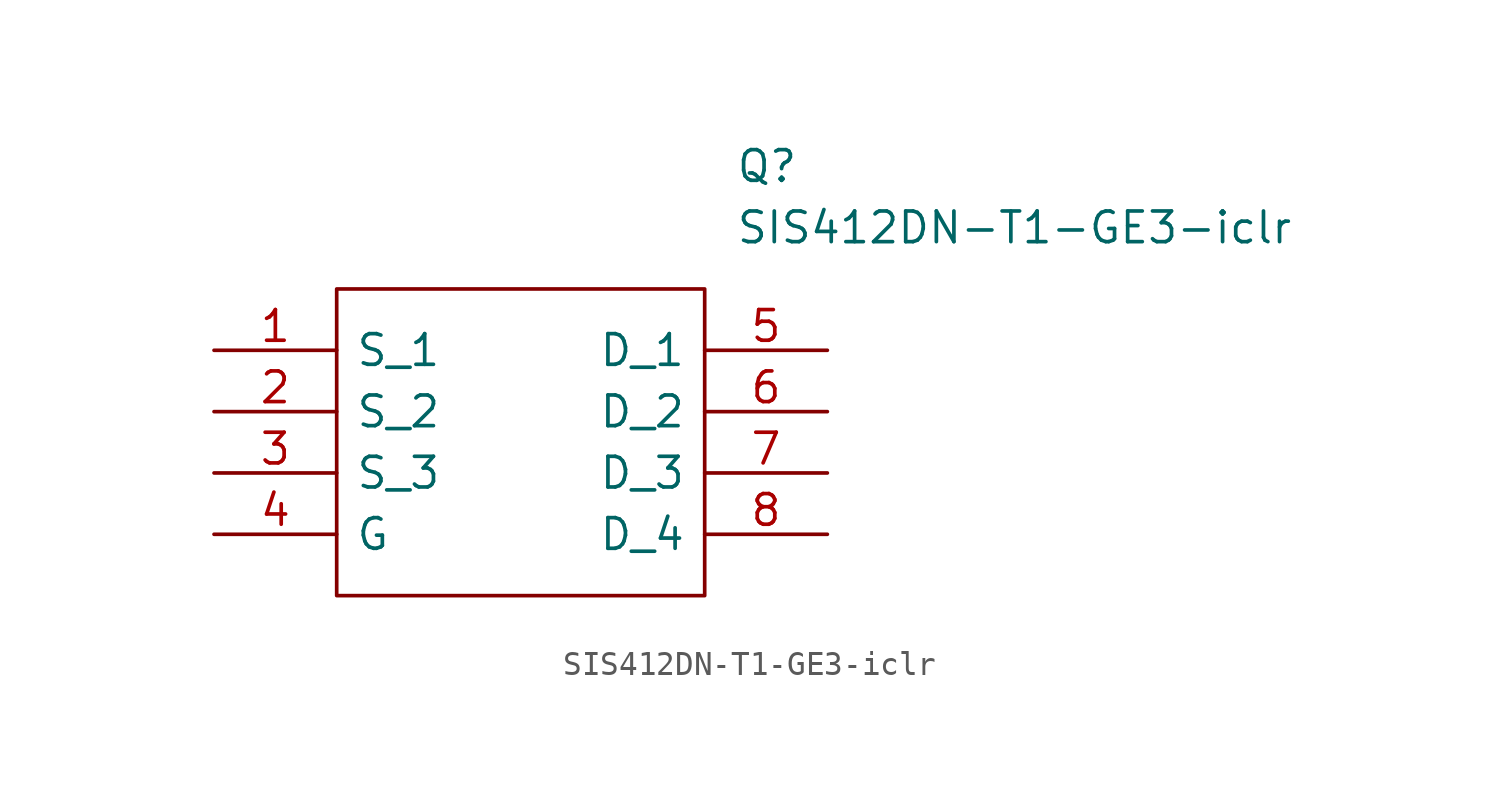
<source format=kicad_sym>
(kicad_symbol_lib
  (version 20211014)
  (generator kicad_symbol_editor)
  (symbol "SIS412DN-T1-GE3-iclr"
    (pin_names
      (offset 0.762))
    (property "Reference" "Q"
      (at 21.59 7.62 0)
      (effects (font (size 1.27 1.27)) (justify left)))
    (property "Value" "SIS412DN-T1-GE3-iclr"
      (at 21.59 5.08 0)
      (effects (font (size 1.27 1.27)) (justify left)))
    (symbol "SIS412DN-T1-GE3-iclr_0_0"
      (pin passive line (at 0 0 0) (length 5.08) (name "S_1" (effects (font (size 1.27 1.27)))) (number "1" (effects (font (size 1.27 1.27)))))
      (pin passive line (at 0 -2.54 0) (length 5.08) (name "S_2" (effects (font (size 1.27 1.27)))) (number "2" (effects (font (size 1.27 1.27)))))
      (pin passive line (at 0 -5.08 0) (length 5.08) (name "S_3" (effects (font (size 1.27 1.27)))) (number "3" (effects (font (size 1.27 1.27)))))
      (pin passive line (at 0 -7.62 0) (length 5.08) (name "G" (effects (font (size 1.27 1.27)))) (number "4" (effects (font (size 1.27 1.27)))))
      (pin passive line (at 25.4 0 180) (length 5.08) (name "D_1" (effects (font (size 1.27 1.27)))) (number "5" (effects (font (size 1.27 1.27)))))
      (pin passive line (at 25.4 -2.54 180) (length 5.08) (name "D_2" (effects (font (size 1.27 1.27)))) (number "6" (effects (font (size 1.27 1.27)))))
      (pin passive line (at 25.4 -5.08 180) (length 5.08) (name "D_3" (effects (font (size 1.27 1.27)))) (number "7" (effects (font (size 1.27 1.27)))))
      (pin passive line (at 25.4 -7.62 180) (length 5.08) (name "D_4" (effects (font (size 1.27 1.27)))) (number "8" (effects (font (size 1.27 1.27))))))
    (symbol "SIS412DN-T1-GE3-iclr_0_1"
      (polyline (pts (xy 5.08 2.54) (xy 20.32 2.54) (xy 20.32 -10.16) (xy 5.08 -10.16) (xy 5.08 2.54)) (stroke (width 0.152) (type default) (color 0 0 0 0)) (fill (type none))))))
</source>
